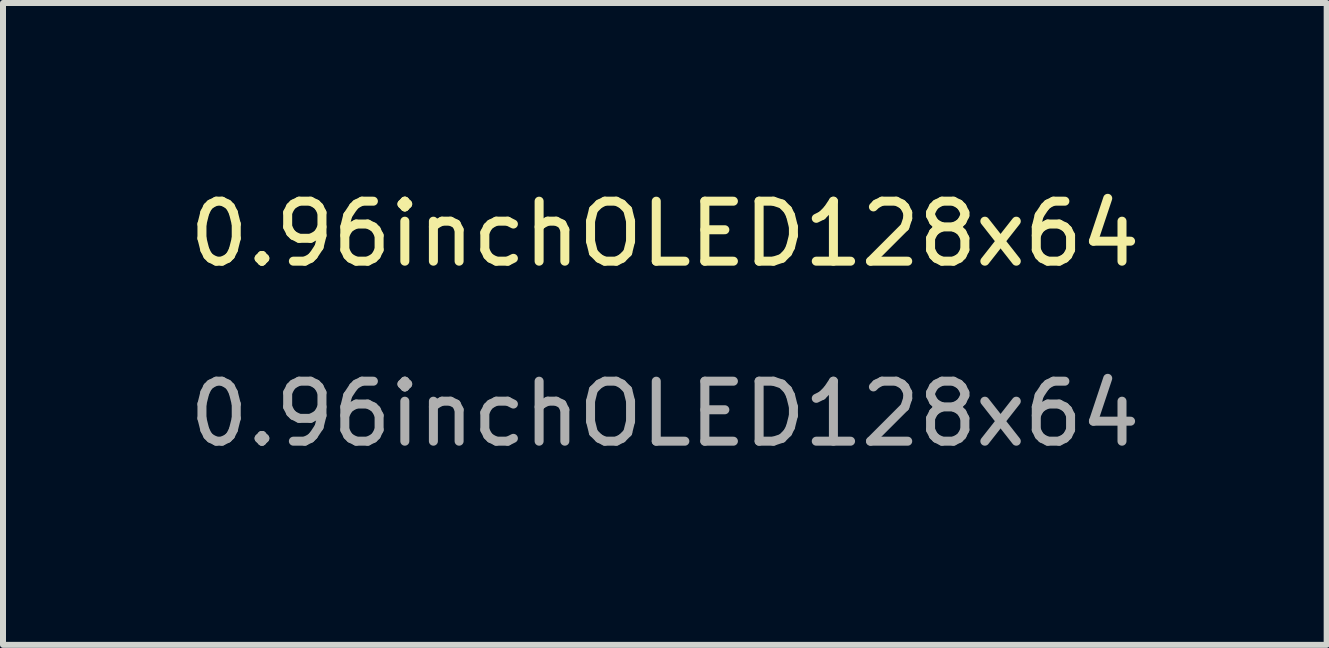
<source format=kicad_pcb>
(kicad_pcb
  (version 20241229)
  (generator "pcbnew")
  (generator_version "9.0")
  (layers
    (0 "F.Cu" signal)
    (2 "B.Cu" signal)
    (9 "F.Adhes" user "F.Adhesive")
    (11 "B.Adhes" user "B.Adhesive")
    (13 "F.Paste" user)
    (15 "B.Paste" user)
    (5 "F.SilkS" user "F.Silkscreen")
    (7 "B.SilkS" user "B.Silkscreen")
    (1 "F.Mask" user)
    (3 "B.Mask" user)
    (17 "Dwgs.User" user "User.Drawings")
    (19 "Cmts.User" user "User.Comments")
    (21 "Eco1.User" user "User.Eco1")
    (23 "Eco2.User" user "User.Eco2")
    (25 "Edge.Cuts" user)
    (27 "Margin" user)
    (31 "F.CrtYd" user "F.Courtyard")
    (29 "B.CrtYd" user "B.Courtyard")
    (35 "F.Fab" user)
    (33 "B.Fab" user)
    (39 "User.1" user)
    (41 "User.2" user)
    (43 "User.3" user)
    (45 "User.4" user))
  (footprint "0.96inchOLED128x64"
    (layer "F.Cu")
    (at 8.03 1.348)
    (property "Reference" "0.96inchOLED128x64" (at 0 -0.5 0) (unlocked yes) (layer "F.SilkS") (effects (font (size 1 1) (thickness 0.15))))
    (attr through_hole)
    (fp_text user "${REFERENCE}" (at 0 2.5 0) (unlocked yes) (layer "F.Fab") (effects (font (size 1 1) (thickness 0.15)))))
  (gr_rect
    (start -3 -3)
    (end 19.06 7.697)
    (stroke (width 0.1) (type default))
    (fill no)
    (layer "Edge.Cuts")))
</source>
